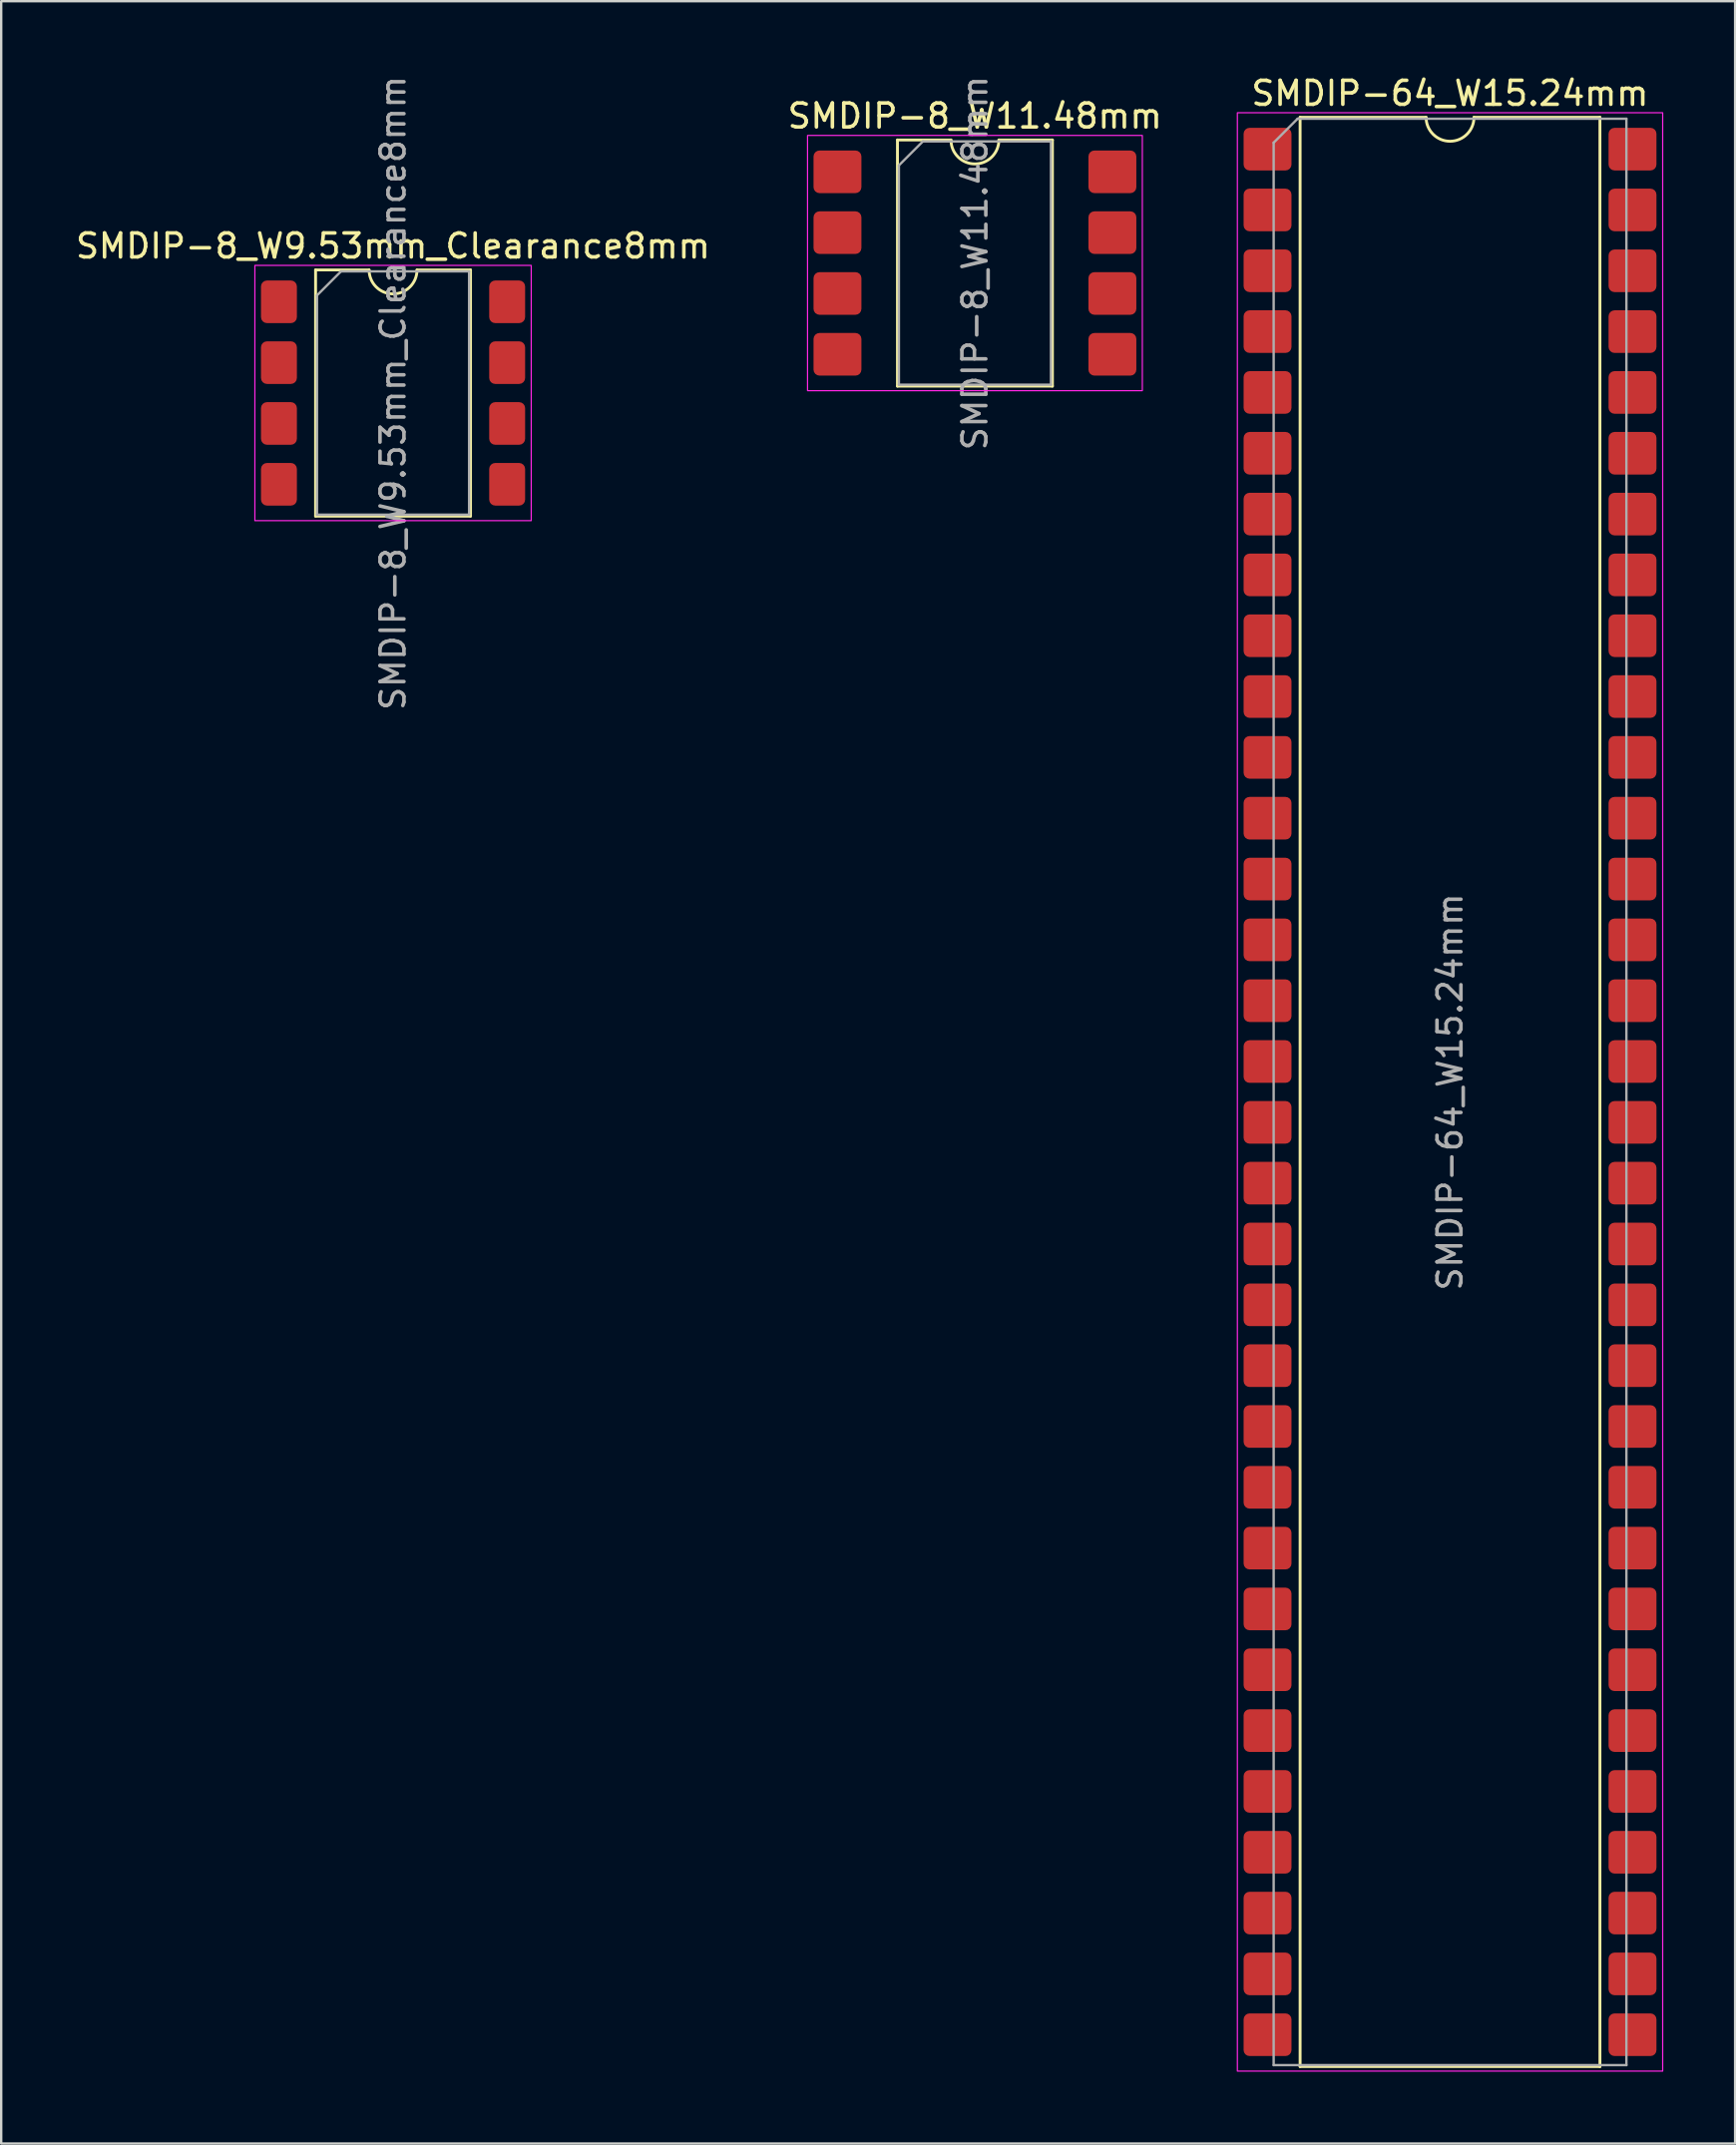
<source format=kicad_pcb>
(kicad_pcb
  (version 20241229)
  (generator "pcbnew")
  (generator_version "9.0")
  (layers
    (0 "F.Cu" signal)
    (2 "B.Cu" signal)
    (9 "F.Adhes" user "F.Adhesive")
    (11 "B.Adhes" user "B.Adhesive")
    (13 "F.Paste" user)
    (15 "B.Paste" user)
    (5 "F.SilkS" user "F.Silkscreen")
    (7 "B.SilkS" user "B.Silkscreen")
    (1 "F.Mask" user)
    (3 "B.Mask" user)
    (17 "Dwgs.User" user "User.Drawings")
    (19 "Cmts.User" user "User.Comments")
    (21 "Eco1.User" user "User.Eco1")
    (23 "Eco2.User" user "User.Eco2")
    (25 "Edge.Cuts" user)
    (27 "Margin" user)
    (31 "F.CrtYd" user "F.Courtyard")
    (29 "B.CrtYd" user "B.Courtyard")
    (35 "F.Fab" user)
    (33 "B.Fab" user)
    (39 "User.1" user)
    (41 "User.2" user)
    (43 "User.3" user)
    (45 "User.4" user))
  (footprint "SMDIP-64_W15.24mm"
    (layer "F.Cu")
    (at 57.5 42.548)
    (property "Reference" "SMDIP-64_W15.24mm" (at 0 -41.7 0) (layer "F.SilkS") (effects (font (size 1 1) (thickness 0.15))))
    (attr smd)
    (fp_line (start -6.26 -40.7) (end -6.26 40.7) (stroke (width 0.12) (type solid)) (layer "F.SilkS"))
    (fp_line (start -6.26 40.7) (end 6.26 40.7) (stroke (width 0.12) (type solid)) (layer "F.SilkS"))
    (fp_line (start -1 -40.7) (end -6.26 -40.7) (stroke (width 0.12) (type solid)) (layer "F.SilkS"))
    (fp_line (start 6.26 -40.7) (end 1 -40.7) (stroke (width 0.12) (type solid)) (layer "F.SilkS"))
    (fp_line (start 6.26 40.7) (end 6.26 -40.7) (stroke (width 0.12) (type solid)) (layer "F.SilkS"))
    (fp_arc (start 1 -40.7) (mid 0 -39.7) (end -1 -40.7) (stroke (width 0.12) (type solid)) (layer "F.SilkS"))
    (fp_rect (start -8.88 -40.89) (end 8.88 40.89) (stroke (width 0.05) (type solid)) (fill no) (layer "F.CrtYd"))
    (fp_line (start -7.365 -39.64) (end -6.365 -40.64) (stroke (width 0.1) (type solid)) (layer "F.Fab"))
    (fp_line (start -7.365 40.64) (end -7.365 -39.64) (stroke (width 0.1) (type solid)) (layer "F.Fab"))
    (fp_line (start -6.365 -40.64) (end 7.365 -40.64) (stroke (width 0.1) (type solid)) (layer "F.Fab"))
    (fp_line (start 7.365 -40.64) (end 7.365 40.64) (stroke (width 0.1) (type solid)) (layer "F.Fab"))
    (fp_line (start 7.365 40.64) (end -7.365 40.64) (stroke (width 0.1) (type solid)) (layer "F.Fab"))
    (fp_text user "${REFERENCE}" (at 0 0 90) (layer "F.Fab") (effects (font (size 1 1) (thickness 0.15))))
    (pad "1" smd roundrect (at -7.62 -39.37) (size 2 1.78) (layers "F.Cu" "F.Mask" "F.Paste") (roundrect_rratio 0.14))
    (pad "2" smd roundrect (at -7.62 -36.83) (size 2 1.78) (layers "F.Cu" "F.Mask" "F.Paste") (roundrect_rratio 0.14))
    (pad "3" smd roundrect (at -7.62 -34.29) (size 2 1.78) (layers "F.Cu" "F.Mask" "F.Paste") (roundrect_rratio 0.14))
    (pad "4" smd roundrect (at -7.62 -31.75) (size 2 1.78) (layers "F.Cu" "F.Mask" "F.Paste") (roundrect_rratio 0.14))
    (pad "5" smd roundrect (at -7.62 -29.21) (size 2 1.78) (layers "F.Cu" "F.Mask" "F.Paste") (roundrect_rratio 0.14))
    (pad "6" smd roundrect (at -7.62 -26.67) (size 2 1.78) (layers "F.Cu" "F.Mask" "F.Paste") (roundrect_rratio 0.14))
    (pad "7" smd roundrect (at -7.62 -24.13) (size 2 1.78) (layers "F.Cu" "F.Mask" "F.Paste") (roundrect_rratio 0.14))
    (pad "8" smd roundrect (at -7.62 -21.59) (size 2 1.78) (layers "F.Cu" "F.Mask" "F.Paste") (roundrect_rratio 0.14))
    (pad "9" smd roundrect (at -7.62 -19.05) (size 2 1.78) (layers "F.Cu" "F.Mask" "F.Paste") (roundrect_rratio 0.14))
    (pad "10" smd roundrect (at -7.62 -16.51) (size 2 1.78) (layers "F.Cu" "F.Mask" "F.Paste") (roundrect_rratio 0.14))
    (pad "11" smd roundrect (at -7.62 -13.97) (size 2 1.78) (layers "F.Cu" "F.Mask" "F.Paste") (roundrect_rratio 0.14))
    (pad "12" smd roundrect (at -7.62 -11.43) (size 2 1.78) (layers "F.Cu" "F.Mask" "F.Paste") (roundrect_rratio 0.14))
    (pad "13" smd roundrect (at -7.62 -8.89) (size 2 1.78) (layers "F.Cu" "F.Mask" "F.Paste") (roundrect_rratio 0.14))
    (pad "14" smd roundrect (at -7.62 -6.35) (size 2 1.78) (layers "F.Cu" "F.Mask" "F.Paste") (roundrect_rratio 0.14))
    (pad "15" smd roundrect (at -7.62 -3.81) (size 2 1.78) (layers "F.Cu" "F.Mask" "F.Paste") (roundrect_rratio 0.14))
    (pad "16" smd roundrect (at -7.62 -1.27) (size 2 1.78) (layers "F.Cu" "F.Mask" "F.Paste") (roundrect_rratio 0.14))
    (pad "17" smd roundrect (at -7.62 1.27) (size 2 1.78) (layers "F.Cu" "F.Mask" "F.Paste") (roundrect_rratio 0.14))
    (pad "18" smd roundrect (at -7.62 3.81) (size 2 1.78) (layers "F.Cu" "F.Mask" "F.Paste") (roundrect_rratio 0.14))
    (pad "19" smd roundrect (at -7.62 6.35) (size 2 1.78) (layers "F.Cu" "F.Mask" "F.Paste") (roundrect_rratio 0.14))
    (pad "20" smd roundrect (at -7.62 8.89) (size 2 1.78) (layers "F.Cu" "F.Mask" "F.Paste") (roundrect_rratio 0.14))
    (pad "21" smd roundrect (at -7.62 11.43) (size 2 1.78) (layers "F.Cu" "F.Mask" "F.Paste") (roundrect_rratio 0.14))
    (pad "22" smd roundrect (at -7.62 13.97) (size 2 1.78) (layers "F.Cu" "F.Mask" "F.Paste") (roundrect_rratio 0.14))
    (pad "23" smd roundrect (at -7.62 16.51) (size 2 1.78) (layers "F.Cu" "F.Mask" "F.Paste") (roundrect_rratio 0.14))
    (pad "24" smd roundrect (at -7.62 19.05) (size 2 1.78) (layers "F.Cu" "F.Mask" "F.Paste") (roundrect_rratio 0.14))
    (pad "25" smd roundrect (at -7.62 21.59) (size 2 1.78) (layers "F.Cu" "F.Mask" "F.Paste") (roundrect_rratio 0.14))
    (pad "26" smd roundrect (at -7.62 24.13) (size 2 1.78) (layers "F.Cu" "F.Mask" "F.Paste") (roundrect_rratio 0.14))
    (pad "27" smd roundrect (at -7.62 26.67) (size 2 1.78) (layers "F.Cu" "F.Mask" "F.Paste") (roundrect_rratio 0.14))
    (pad "28" smd roundrect (at -7.62 29.21) (size 2 1.78) (layers "F.Cu" "F.Mask" "F.Paste") (roundrect_rratio 0.14))
    (pad "29" smd roundrect (at -7.62 31.75) (size 2 1.78) (layers "F.Cu" "F.Mask" "F.Paste") (roundrect_rratio 0.14))
    (pad "30" smd roundrect (at -7.62 34.29) (size 2 1.78) (layers "F.Cu" "F.Mask" "F.Paste") (roundrect_rratio 0.14))
    (pad "31" smd roundrect (at -7.62 36.83) (size 2 1.78) (layers "F.Cu" "F.Mask" "F.Paste") (roundrect_rratio 0.14))
    (pad "32" smd roundrect (at -7.62 39.37) (size 2 1.78) (layers "F.Cu" "F.Mask" "F.Paste") (roundrect_rratio 0.14))
    (pad "33" smd roundrect (at 7.62 39.37) (size 2 1.78) (layers "F.Cu" "F.Mask" "F.Paste") (roundrect_rratio 0.14))
    (pad "34" smd roundrect (at 7.62 36.83) (size 2 1.78) (layers "F.Cu" "F.Mask" "F.Paste") (roundrect_rratio 0.14))
    (pad "35" smd roundrect (at 7.62 34.29) (size 2 1.78) (layers "F.Cu" "F.Mask" "F.Paste") (roundrect_rratio 0.14))
    (pad "36" smd roundrect (at 7.62 31.75) (size 2 1.78) (layers "F.Cu" "F.Mask" "F.Paste") (roundrect_rratio 0.14))
    (pad "37" smd roundrect (at 7.62 29.21) (size 2 1.78) (layers "F.Cu" "F.Mask" "F.Paste") (roundrect_rratio 0.14))
    (pad "38" smd roundrect (at 7.62 26.67) (size 2 1.78) (layers "F.Cu" "F.Mask" "F.Paste") (roundrect_rratio 0.14))
    (pad "39" smd roundrect (at 7.62 24.13) (size 2 1.78) (layers "F.Cu" "F.Mask" "F.Paste") (roundrect_rratio 0.14))
    (pad "40" smd roundrect (at 7.62 21.59) (size 2 1.78) (layers "F.Cu" "F.Mask" "F.Paste") (roundrect_rratio 0.14))
    (pad "41" smd roundrect (at 7.62 19.05) (size 2 1.78) (layers "F.Cu" "F.Mask" "F.Paste") (roundrect_rratio 0.14))
    (pad "42" smd roundrect (at 7.62 16.51) (size 2 1.78) (layers "F.Cu" "F.Mask" "F.Paste") (roundrect_rratio 0.14))
    (pad "43" smd roundrect (at 7.62 13.97) (size 2 1.78) (layers "F.Cu" "F.Mask" "F.Paste") (roundrect_rratio 0.14))
    (pad "44" smd roundrect (at 7.62 11.43) (size 2 1.78) (layers "F.Cu" "F.Mask" "F.Paste") (roundrect_rratio 0.14))
    (pad "45" smd roundrect (at 7.62 8.89) (size 2 1.78) (layers "F.Cu" "F.Mask" "F.Paste") (roundrect_rratio 0.14))
    (pad "46" smd roundrect (at 7.62 6.35) (size 2 1.78) (layers "F.Cu" "F.Mask" "F.Paste") (roundrect_rratio 0.14))
    (pad "47" smd roundrect (at 7.62 3.81) (size 2 1.78) (layers "F.Cu" "F.Mask" "F.Paste") (roundrect_rratio 0.14))
    (pad "48" smd roundrect (at 7.62 1.27) (size 2 1.78) (layers "F.Cu" "F.Mask" "F.Paste") (roundrect_rratio 0.14))
    (pad "49" smd roundrect (at 7.62 -1.27) (size 2 1.78) (layers "F.Cu" "F.Mask" "F.Paste") (roundrect_rratio 0.14))
    (pad "50" smd roundrect (at 7.62 -3.81) (size 2 1.78) (layers "F.Cu" "F.Mask" "F.Paste") (roundrect_rratio 0.14))
    (pad "51" smd roundrect (at 7.62 -6.35) (size 2 1.78) (layers "F.Cu" "F.Mask" "F.Paste") (roundrect_rratio 0.14))
    (pad "52" smd roundrect (at 7.62 -8.89) (size 2 1.78) (layers "F.Cu" "F.Mask" "F.Paste") (roundrect_rratio 0.14))
    (pad "53" smd roundrect (at 7.62 -11.43) (size 2 1.78) (layers "F.Cu" "F.Mask" "F.Paste") (roundrect_rratio 0.14))
    (pad "54" smd roundrect (at 7.62 -13.97) (size 2 1.78) (layers "F.Cu" "F.Mask" "F.Paste") (roundrect_rratio 0.14))
    (pad "55" smd roundrect (at 7.62 -16.51) (size 2 1.78) (layers "F.Cu" "F.Mask" "F.Paste") (roundrect_rratio 0.14))
    (pad "56" smd roundrect (at 7.62 -19.05) (size 2 1.78) (layers "F.Cu" "F.Mask" "F.Paste") (roundrect_rratio 0.14))
    (pad "57" smd roundrect (at 7.62 -21.59) (size 2 1.78) (layers "F.Cu" "F.Mask" "F.Paste") (roundrect_rratio 0.14))
    (pad "58" smd roundrect (at 7.62 -24.13) (size 2 1.78) (layers "F.Cu" "F.Mask" "F.Paste") (roundrect_rratio 0.14))
    (pad "59" smd roundrect (at 7.62 -26.67) (size 2 1.78) (layers "F.Cu" "F.Mask" "F.Paste") (roundrect_rratio 0.14))
    (pad "60" smd roundrect (at 7.62 -29.21) (size 2 1.78) (layers "F.Cu" "F.Mask" "F.Paste") (roundrect_rratio 0.14))
    (pad "61" smd roundrect (at 7.62 -31.75) (size 2 1.78) (layers "F.Cu" "F.Mask" "F.Paste") (roundrect_rratio 0.14))
    (pad "62" smd roundrect (at 7.62 -34.29) (size 2 1.78) (layers "F.Cu" "F.Mask" "F.Paste") (roundrect_rratio 0.14))
    (pad "63" smd roundrect (at 7.62 -36.83) (size 2 1.78) (layers "F.Cu" "F.Mask" "F.Paste") (roundrect_rratio 0.14))
    (pad "64" smd roundrect (at 7.62 -39.37) (size 2 1.78) (layers "F.Cu" "F.Mask" "F.Paste") (roundrect_rratio 0.14)))
  (footprint "SMDIP-8_W9.53mm_Clearance8mm"
    (layer "F.Cu")
    (at 13.363 13.363)
    (property "Reference" "SMDIP-8_W9.53mm_Clearance8mm" (at 0 -6.14 0) (layer "F.SilkS") (effects (font (size 1 1) (thickness 0.15))))
    (attr smd)
    (fp_line (start -3.235 -5.14) (end -3.235 5.14) (stroke (width 0.12) (type solid)) (layer "F.SilkS"))
    (fp_line (start -3.235 5.14) (end 3.235 5.14) (stroke (width 0.12) (type solid)) (layer "F.SilkS"))
    (fp_line (start -1 -5.14) (end -3.235 -5.14) (stroke (width 0.12) (type solid)) (layer "F.SilkS"))
    (fp_line (start 3.235 -5.14) (end 1 -5.14) (stroke (width 0.12) (type solid)) (layer "F.SilkS"))
    (fp_line (start 3.235 5.14) (end 3.235 -5.14) (stroke (width 0.12) (type solid)) (layer "F.SilkS"))
    (fp_arc (start 1 -5.14) (mid 0 -4.14) (end -1 -5.14) (stroke (width 0.12) (type solid)) (layer "F.SilkS"))
    (fp_rect (start -5.77 -5.33) (end 5.77 5.33) (stroke (width 0.05) (type solid)) (fill no) (layer "F.CrtYd"))
    (fp_line (start -3.175 -4.08) (end -2.175 -5.08) (stroke (width 0.1) (type solid)) (layer "F.Fab"))
    (fp_line (start -3.175 5.08) (end -3.175 -4.08) (stroke (width 0.1) (type solid)) (layer "F.Fab"))
    (fp_line (start -2.175 -5.08) (end 3.175 -5.08) (stroke (width 0.1) (type solid)) (layer "F.Fab"))
    (fp_line (start 3.175 -5.08) (end 3.175 5.08) (stroke (width 0.1) (type solid)) (layer "F.Fab"))
    (fp_line (start 3.175 5.08) (end -3.175 5.08) (stroke (width 0.1) (type solid)) (layer "F.Fab"))
    (fp_text user "${REFERENCE}" (at 0 0 90) (layer "F.Fab") (effects (font (size 1 1) (thickness 0.15))))
    (pad "1" smd roundrect (at -4.765 -3.81) (size 1.5 1.78) (layers "F.Cu" "F.Mask" "F.Paste") (roundrect_rratio 0.167))
    (pad "2" smd roundrect (at -4.765 -1.27) (size 1.5 1.78) (layers "F.Cu" "F.Mask" "F.Paste") (roundrect_rratio 0.167))
    (pad "3" smd roundrect (at -4.765 1.27) (size 1.5 1.78) (layers "F.Cu" "F.Mask" "F.Paste") (roundrect_rratio 0.167))
    (pad "4" smd roundrect (at -4.765 3.81) (size 1.5 1.78) (layers "F.Cu" "F.Mask" "F.Paste") (roundrect_rratio 0.167))
    (pad "5" smd roundrect (at 4.765 3.81) (size 1.5 1.78) (layers "F.Cu" "F.Mask" "F.Paste") (roundrect_rratio 0.167))
    (pad "6" smd roundrect (at 4.765 1.27) (size 1.5 1.78) (layers "F.Cu" "F.Mask" "F.Paste") (roundrect_rratio 0.167))
    (pad "7" smd roundrect (at 4.765 -1.27) (size 1.5 1.78) (layers "F.Cu" "F.Mask" "F.Paste") (roundrect_rratio 0.167))
    (pad "8" smd roundrect (at 4.765 -3.81) (size 1.5 1.78) (layers "F.Cu" "F.Mask" "F.Paste") (roundrect_rratio 0.167)))
  (footprint "SMDIP-8_W11.48mm"
    (layer "F.Cu")
    (at 37.661 7.935)
    (property "Reference" "SMDIP-8_W11.48mm" (at 0 -6.14 0) (layer "F.SilkS") (effects (font (size 1 1) (thickness 0.15))))
    (attr smd)
    (fp_line (start -3.235 -5.14) (end -3.235 5.14) (stroke (width 0.12) (type solid)) (layer "F.SilkS"))
    (fp_line (start -3.235 5.14) (end 3.235 5.14) (stroke (width 0.12) (type solid)) (layer "F.SilkS"))
    (fp_line (start -1 -5.14) (end -3.235 -5.14) (stroke (width 0.12) (type solid)) (layer "F.SilkS"))
    (fp_line (start 3.235 -5.14) (end 1 -5.14) (stroke (width 0.12) (type solid)) (layer "F.SilkS"))
    (fp_line (start 3.235 5.14) (end 3.235 -5.14) (stroke (width 0.12) (type solid)) (layer "F.SilkS"))
    (fp_arc (start 1 -5.14) (mid 0 -4.14) (end -1 -5.14) (stroke (width 0.12) (type solid)) (layer "F.SilkS"))
    (fp_rect (start -6.99 -5.33) (end 6.99 5.33) (stroke (width 0.05) (type solid)) (fill no) (layer "F.CrtYd"))
    (fp_line (start -3.175 -4.08) (end -2.175 -5.08) (stroke (width 0.1) (type solid)) (layer "F.Fab"))
    (fp_line (start -3.175 5.08) (end -3.175 -4.08) (stroke (width 0.1) (type solid)) (layer "F.Fab"))
    (fp_line (start -2.175 -5.08) (end 3.175 -5.08) (stroke (width 0.1) (type solid)) (layer "F.Fab"))
    (fp_line (start 3.175 -5.08) (end 3.175 5.08) (stroke (width 0.1) (type solid)) (layer "F.Fab"))
    (fp_line (start 3.175 5.08) (end -3.175 5.08) (stroke (width 0.1) (type solid)) (layer "F.Fab"))
    (fp_text user "${REFERENCE}" (at 0 0 90) (layer "F.Fab") (effects (font (size 1 1) (thickness 0.15))))
    (pad "1" smd roundrect (at -5.74 -3.81) (size 2 1.78) (layers "F.Cu" "F.Mask" "F.Paste") (roundrect_rratio 0.14))
    (pad "2" smd roundrect (at -5.74 -1.27) (size 2 1.78) (layers "F.Cu" "F.Mask" "F.Paste") (roundrect_rratio 0.14))
    (pad "3" smd roundrect (at -5.74 1.27) (size 2 1.78) (layers "F.Cu" "F.Mask" "F.Paste") (roundrect_rratio 0.14))
    (pad "4" smd roundrect (at -5.74 3.81) (size 2 1.78) (layers "F.Cu" "F.Mask" "F.Paste") (roundrect_rratio 0.14))
    (pad "5" smd roundrect (at 5.74 3.81) (size 2 1.78) (layers "F.Cu" "F.Mask" "F.Paste") (roundrect_rratio 0.14))
    (pad "6" smd roundrect (at 5.74 1.27) (size 2 1.78) (layers "F.Cu" "F.Mask" "F.Paste") (roundrect_rratio 0.14))
    (pad "7" smd roundrect (at 5.74 -1.27) (size 2 1.78) (layers "F.Cu" "F.Mask" "F.Paste") (roundrect_rratio 0.14))
    (pad "8" smd roundrect (at 5.74 -3.81) (size 2 1.78) (layers "F.Cu" "F.Mask" "F.Paste") (roundrect_rratio 0.14)))
  (gr_rect
    (start -3 -3)
    (end 69.405 86.463)
    (stroke (width 0.1) (type default))
    (fill no)
    (layer "Edge.Cuts")))
</source>
